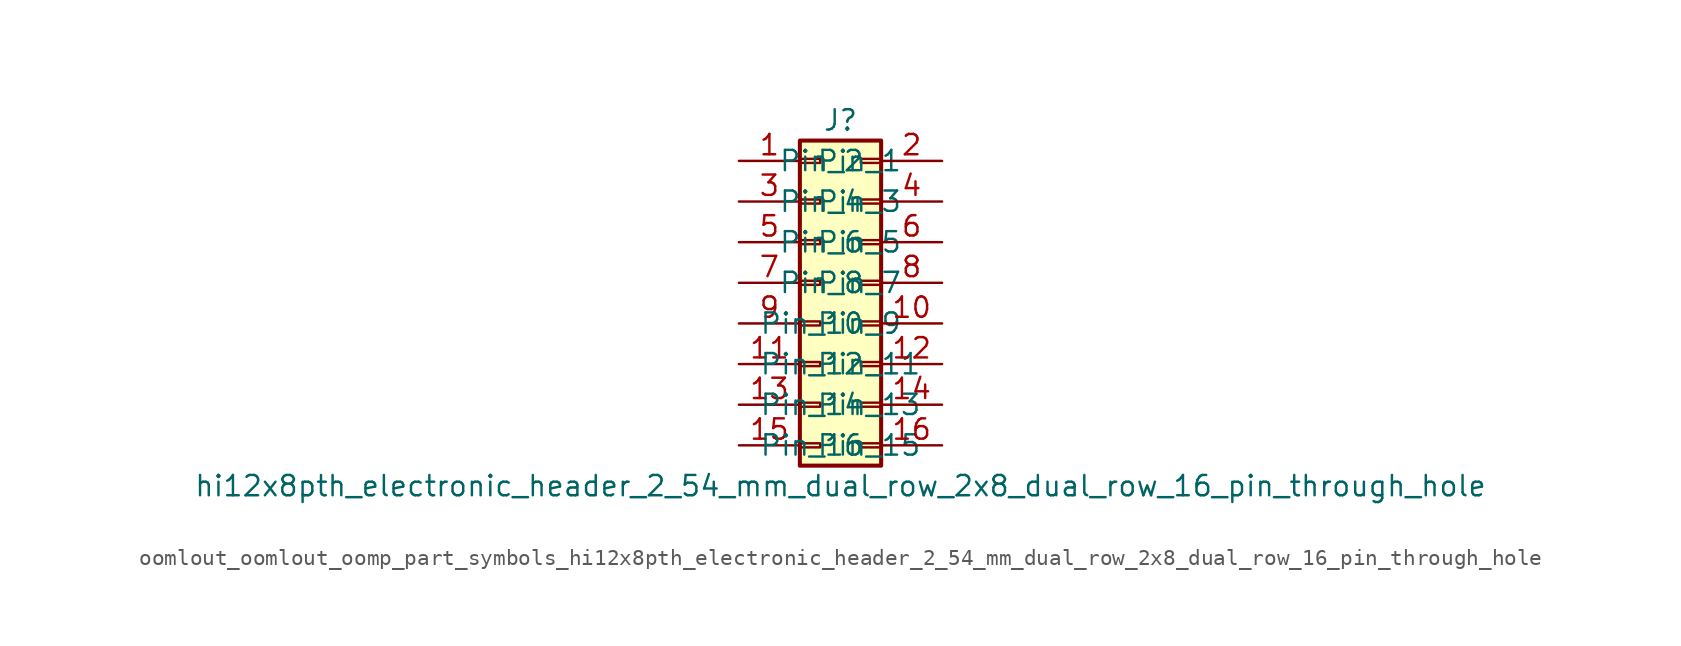
<source format=kicad_sym>
(kicad_symbol_lib
  (version 20220914)
  (generator kicad_symbol_editor)
  (symbol "oomlout_oomlout_oomp_part_symbols_hi12x8pth_electronic_header_2_54_mm_dual_row_2x8_dual_row_16_pin_through_hole"
    (pin_names
      (offset 1.016))
    (property "Reference" "J"
      (at 1.27 10.16 0)
      (effects (font (size 1.27 1.27))))
    (property "Value" "hi12x8pth_electronic_header_2_54_mm_dual_row_2x8_dual_row_16_pin_through_hole"
      (at 1.27 -12.7 0)
      (effects (font (size 1.27 1.27))))
    (symbol "oomlout_oomlout_oomp_part_symbols_hi12x8pth_electronic_header_2_54_mm_dual_row_2x8_dual_row_16_pin_through_hole_1_1"
      (rectangle (start -1.27 -10.033) (end 0 -10.287) (stroke (width 0.152) (type default)) (fill (type none)))
      (rectangle (start -1.27 -7.493) (end 0 -7.747) (stroke (width 0.152) (type default)) (fill (type none)))
      (rectangle (start -1.27 -4.953) (end 0 -5.207) (stroke (width 0.152) (type default)) (fill (type none)))
      (rectangle (start -1.27 -2.413) (end 0 -2.667) (stroke (width 0.152) (type default)) (fill (type none)))
      (rectangle (start -1.27 0.127) (end 0 -0.127) (stroke (width 0.152) (type default)) (fill (type none)))
      (rectangle (start -1.27 2.667) (end 0 2.413) (stroke (width 0.152) (type default)) (fill (type none)))
      (rectangle (start -1.27 5.207) (end 0 4.953) (stroke (width 0.152) (type default)) (fill (type none)))
      (rectangle (start -1.27 7.747) (end 0 7.493) (stroke (width 0.152) (type default)) (fill (type none)))
      (rectangle (start -1.27 8.89) (end 3.81 -11.43) (stroke (width 0.254) (type default)) (fill (type background)))
      (rectangle (start 3.81 -10.033) (end 2.54 -10.287) (stroke (width 0.152) (type default)) (fill (type none)))
      (rectangle (start 3.81 -7.493) (end 2.54 -7.747) (stroke (width 0.152) (type default)) (fill (type none)))
      (rectangle (start 3.81 -4.953) (end 2.54 -5.207) (stroke (width 0.152) (type default)) (fill (type none)))
      (rectangle (start 3.81 -2.413) (end 2.54 -2.667) (stroke (width 0.152) (type default)) (fill (type none)))
      (rectangle (start 3.81 0.127) (end 2.54 -0.127) (stroke (width 0.152) (type default)) (fill (type none)))
      (rectangle (start 3.81 2.667) (end 2.54 2.413) (stroke (width 0.152) (type default)) (fill (type none)))
      (rectangle (start 3.81 5.207) (end 2.54 4.953) (stroke (width 0.152) (type default)) (fill (type none)))
      (rectangle (start 3.81 7.747) (end 2.54 7.493) (stroke (width 0.152) (type default)) (fill (type none)))
      (pin passive line (at -5.08 7.62 0) (length 3.81) (name "Pin_1" (effects (font (size 1.27 1.27)))) (number "1" (effects (font (size 1.27 1.27)))))
      (pin passive line (at 7.62 -2.54 180) (length 3.81) (name "Pin_10" (effects (font (size 1.27 1.27)))) (number "10" (effects (font (size 1.27 1.27)))))
      (pin passive line (at -5.08 -5.08 0) (length 3.81) (name "Pin_11" (effects (font (size 1.27 1.27)))) (number "11" (effects (font (size 1.27 1.27)))))
      (pin passive line (at 7.62 -5.08 180) (length 3.81) (name "Pin_12" (effects (font (size 1.27 1.27)))) (number "12" (effects (font (size 1.27 1.27)))))
      (pin passive line (at -5.08 -7.62 0) (length 3.81) (name "Pin_13" (effects (font (size 1.27 1.27)))) (number "13" (effects (font (size 1.27 1.27)))))
      (pin passive line (at 7.62 -7.62 180) (length 3.81) (name "Pin_14" (effects (font (size 1.27 1.27)))) (number "14" (effects (font (size 1.27 1.27)))))
      (pin passive line (at -5.08 -10.16 0) (length 3.81) (name "Pin_15" (effects (font (size 1.27 1.27)))) (number "15" (effects (font (size 1.27 1.27)))))
      (pin passive line (at 7.62 -10.16 180) (length 3.81) (name "Pin_16" (effects (font (size 1.27 1.27)))) (number "16" (effects (font (size 1.27 1.27)))))
      (pin passive line (at 7.62 7.62 180) (length 3.81) (name "Pin_2" (effects (font (size 1.27 1.27)))) (number "2" (effects (font (size 1.27 1.27)))))
      (pin passive line (at -5.08 5.08 0) (length 3.81) (name "Pin_3" (effects (font (size 1.27 1.27)))) (number "3" (effects (font (size 1.27 1.27)))))
      (pin passive line (at 7.62 5.08 180) (length 3.81) (name "Pin_4" (effects (font (size 1.27 1.27)))) (number "4" (effects (font (size 1.27 1.27)))))
      (pin passive line (at -5.08 2.54 0) (length 3.81) (name "Pin_5" (effects (font (size 1.27 1.27)))) (number "5" (effects (font (size 1.27 1.27)))))
      (pin passive line (at 7.62 2.54 180) (length 3.81) (name "Pin_6" (effects (font (size 1.27 1.27)))) (number "6" (effects (font (size 1.27 1.27)))))
      (pin passive line (at -5.08 0 0) (length 3.81) (name "Pin_7" (effects (font (size 1.27 1.27)))) (number "7" (effects (font (size 1.27 1.27)))))
      (pin passive line (at 7.62 0 180) (length 3.81) (name "Pin_8" (effects (font (size 1.27 1.27)))) (number "8" (effects (font (size 1.27 1.27)))))
      (pin passive line (at -5.08 -2.54 0) (length 3.81) (name "Pin_9" (effects (font (size 1.27 1.27)))) (number "9" (effects (font (size 1.27 1.27))))))))
</source>
